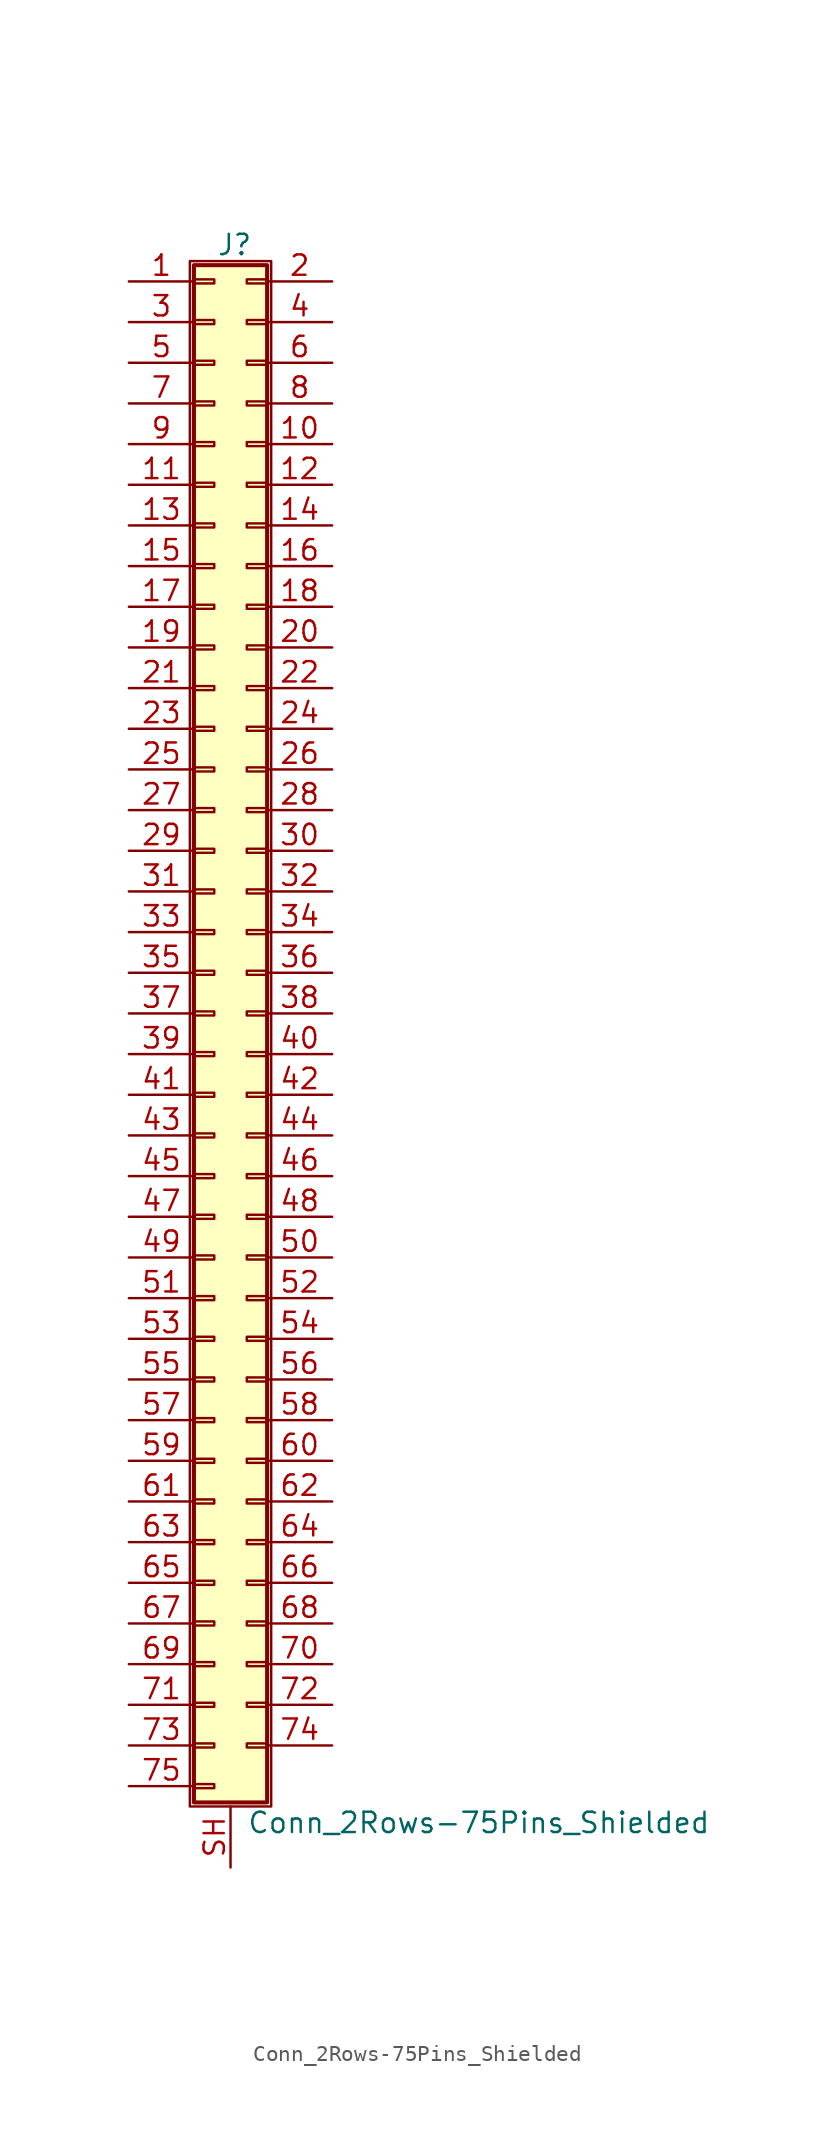
<source format=kicad_sym>
(kicad_symbol_lib
  (version 20201005)
  (generator kicad_symbol_editor)
  (symbol "Conn_2Rows-75Pins_Shielded"
    (pin_names
      (offset 1.016) hide)
    (property "Reference" "J"
      (at 1.524 48.006 0)
      (effects (font (size 1.27 1.27))))
    (property "Value" "Conn_2Rows-75Pins_Shielded"
      (at 2.286 -50.546 0)
      (effects (font (size 1.27 1.27)) (justify left)))
    (symbol "Conn_2Rows-75Pins_Shielded_1_1"
      (rectangle (start -1.27 46.99) (end 3.81 -49.53) (stroke (width 0.152)) (fill (type none)))
      (rectangle (start -1.016 -48.133) (end 0.254 -48.387) (stroke (width 0.152)) (fill (type none)))
      (rectangle (start -1.016 -45.593) (end 0.254 -45.847) (stroke (width 0.152)) (fill (type none)))
      (rectangle (start -1.016 -43.053) (end 0.254 -43.307) (stroke (width 0.152)) (fill (type none)))
      (rectangle (start -1.016 -40.513) (end 0.254 -40.767) (stroke (width 0.152)) (fill (type none)))
      (rectangle (start -1.016 -37.973) (end 0.254 -38.227) (stroke (width 0.152)) (fill (type none)))
      (rectangle (start -1.016 -35.433) (end 0.254 -35.687) (stroke (width 0.152)) (fill (type none)))
      (rectangle (start -1.016 -32.893) (end 0.254 -33.147) (stroke (width 0.152)) (fill (type none)))
      (rectangle (start -1.016 -30.353) (end 0.254 -30.607) (stroke (width 0.152)) (fill (type none)))
      (rectangle (start -1.016 -27.813) (end 0.254 -28.067) (stroke (width 0.152)) (fill (type none)))
      (rectangle (start -1.016 -25.273) (end 0.254 -25.527) (stroke (width 0.152)) (fill (type none)))
      (rectangle (start -1.016 -22.733) (end 0.254 -22.987) (stroke (width 0.152)) (fill (type none)))
      (rectangle (start -1.016 -20.193) (end 0.254 -20.447) (stroke (width 0.152)) (fill (type none)))
      (rectangle (start -1.016 -17.653) (end 0.254 -17.907) (stroke (width 0.152)) (fill (type none)))
      (rectangle (start -1.016 -15.113) (end 0.254 -15.367) (stroke (width 0.152)) (fill (type none)))
      (rectangle (start -1.016 -12.573) (end 0.254 -12.827) (stroke (width 0.152)) (fill (type none)))
      (rectangle (start -1.016 -10.033) (end 0.254 -10.287) (stroke (width 0.152)) (fill (type none)))
      (rectangle (start -1.016 -7.493) (end 0.254 -7.747) (stroke (width 0.152)) (fill (type none)))
      (rectangle (start -1.016 -4.953) (end 0.254 -5.207) (stroke (width 0.152)) (fill (type none)))
      (rectangle (start -1.016 -2.413) (end 0.254 -2.667) (stroke (width 0.152)) (fill (type none)))
      (rectangle (start -1.016 0.127) (end 0.254 -0.127) (stroke (width 0.152)) (fill (type none)))
      (rectangle (start -1.016 2.667) (end 0.254 2.413) (stroke (width 0.152)) (fill (type none)))
      (rectangle (start -1.016 5.207) (end 0.254 4.953) (stroke (width 0.152)) (fill (type none)))
      (rectangle (start -1.016 7.747) (end 0.254 7.493) (stroke (width 0.152)) (fill (type none)))
      (rectangle (start -1.016 10.287) (end 0.254 10.033) (stroke (width 0.152)) (fill (type none)))
      (rectangle (start -1.016 12.827) (end 0.254 12.573) (stroke (width 0.152)) (fill (type none)))
      (rectangle (start -1.016 15.367) (end 0.254 15.113) (stroke (width 0.152)) (fill (type none)))
      (rectangle (start -1.016 17.907) (end 0.254 17.653) (stroke (width 0.152)) (fill (type none)))
      (rectangle (start -1.016 20.447) (end 0.254 20.193) (stroke (width 0.152)) (fill (type none)))
      (rectangle (start -1.016 22.987) (end 0.254 22.733) (stroke (width 0.152)) (fill (type none)))
      (rectangle (start -1.016 25.527) (end 0.254 25.273) (stroke (width 0.152)) (fill (type none)))
      (rectangle (start -1.016 28.067) (end 0.254 27.813) (stroke (width 0.152)) (fill (type none)))
      (rectangle (start -1.016 30.607) (end 0.254 30.353) (stroke (width 0.152)) (fill (type none)))
      (rectangle (start -1.016 33.147) (end 0.254 32.893) (stroke (width 0.152)) (fill (type none)))
      (rectangle (start -1.016 35.687) (end 0.254 35.433) (stroke (width 0.152)) (fill (type none)))
      (rectangle (start -1.016 38.227) (end 0.254 37.973) (stroke (width 0.152)) (fill (type none)))
      (rectangle (start -1.016 40.767) (end 0.254 40.513) (stroke (width 0.152)) (fill (type none)))
      (rectangle (start -1.016 43.307) (end 0.254 43.053) (stroke (width 0.152)) (fill (type none)))
      (rectangle (start -1.016 45.847) (end 0.254 45.593) (stroke (width 0.152)) (fill (type none)))
      (rectangle (start 3.556 -45.593) (end 2.286 -45.847) (stroke (width 0.152)) (fill (type none)))
      (rectangle (start 3.556 -43.053) (end 2.286 -43.307) (stroke (width 0.152)) (fill (type none)))
      (rectangle (start 3.556 -40.513) (end 2.286 -40.767) (stroke (width 0.152)) (fill (type none)))
      (rectangle (start 3.556 -37.973) (end 2.286 -38.227) (stroke (width 0.152)) (fill (type none)))
      (rectangle (start 3.556 -35.433) (end 2.286 -35.687) (stroke (width 0.152)) (fill (type none)))
      (rectangle (start 3.556 -32.893) (end 2.286 -33.147) (stroke (width 0.152)) (fill (type none)))
      (rectangle (start 3.556 -30.353) (end 2.286 -30.607) (stroke (width 0.152)) (fill (type none)))
      (rectangle (start 3.556 -27.813) (end 2.286 -28.067) (stroke (width 0.152)) (fill (type none)))
      (rectangle (start 3.556 -25.273) (end 2.286 -25.527) (stroke (width 0.152)) (fill (type none)))
      (rectangle (start 3.556 -22.733) (end 2.286 -22.987) (stroke (width 0.152)) (fill (type none)))
      (rectangle (start 3.556 -20.193) (end 2.286 -20.447) (stroke (width 0.152)) (fill (type none)))
      (rectangle (start 3.556 -17.653) (end 2.286 -17.907) (stroke (width 0.152)) (fill (type none)))
      (rectangle (start 3.556 -15.113) (end 2.286 -15.367) (stroke (width 0.152)) (fill (type none)))
      (rectangle (start 3.556 -12.573) (end 2.286 -12.827) (stroke (width 0.152)) (fill (type none)))
      (rectangle (start 3.556 -10.033) (end 2.286 -10.287) (stroke (width 0.152)) (fill (type none)))
      (rectangle (start 3.556 -7.493) (end 2.286 -7.747) (stroke (width 0.152)) (fill (type none)))
      (rectangle (start 3.556 -4.953) (end 2.286 -5.207) (stroke (width 0.152)) (fill (type none)))
      (rectangle (start 3.556 -2.413) (end 2.286 -2.667) (stroke (width 0.152)) (fill (type none)))
      (rectangle (start 3.556 0.127) (end 2.286 -0.127) (stroke (width 0.152)) (fill (type none)))
      (rectangle (start 3.556 2.667) (end 2.286 2.413) (stroke (width 0.152)) (fill (type none)))
      (rectangle (start 3.556 5.207) (end 2.286 4.953) (stroke (width 0.152)) (fill (type none)))
      (rectangle (start 3.556 7.747) (end 2.286 7.493) (stroke (width 0.152)) (fill (type none)))
      (rectangle (start 3.556 10.287) (end 2.286 10.033) (stroke (width 0.152)) (fill (type none)))
      (rectangle (start 3.556 12.827) (end 2.286 12.573) (stroke (width 0.152)) (fill (type none)))
      (rectangle (start 3.556 15.367) (end 2.286 15.113) (stroke (width 0.152)) (fill (type none)))
      (rectangle (start 3.556 17.907) (end 2.286 17.653) (stroke (width 0.152)) (fill (type none)))
      (rectangle (start 3.556 20.447) (end 2.286 20.193) (stroke (width 0.152)) (fill (type none)))
      (rectangle (start 3.556 22.987) (end 2.286 22.733) (stroke (width 0.152)) (fill (type none)))
      (rectangle (start 3.556 25.527) (end 2.286 25.273) (stroke (width 0.152)) (fill (type none)))
      (rectangle (start 3.556 28.067) (end 2.286 27.813) (stroke (width 0.152)) (fill (type none)))
      (rectangle (start 3.556 30.607) (end 2.286 30.353) (stroke (width 0.152)) (fill (type none)))
      (rectangle (start 3.556 33.147) (end 2.286 32.893) (stroke (width 0.152)) (fill (type none)))
      (rectangle (start 3.556 35.687) (end 2.286 35.433) (stroke (width 0.152)) (fill (type none)))
      (rectangle (start 3.556 38.227) (end 2.286 37.973) (stroke (width 0.152)) (fill (type none)))
      (rectangle (start 3.556 40.767) (end 2.286 40.513) (stroke (width 0.152)) (fill (type none)))
      (rectangle (start 3.556 43.307) (end 2.286 43.053) (stroke (width 0.152)) (fill (type none)))
      (rectangle (start 3.556 45.847) (end 2.286 45.593) (stroke (width 0.152)) (fill (type none)))
      (rectangle (start -1.016 46.736) (end 3.556 -49.276) (stroke (width 0.254)) (fill (type background)))
      (pin passive line (at -5.08 45.72 0) (length 4.064) (name "Pin_1" (effects (font (size 1.27 1.27)))) (number "1" (effects (font (size 1.27 1.27)))))
      (pin passive line (at 7.62 35.56 180) (length 4.064) (name "Pin_10" (effects (font (size 1.27 1.27)))) (number "10" (effects (font (size 1.27 1.27)))))
      (pin passive line (at -5.08 33.02 0) (length 4.064) (name "Pin_11" (effects (font (size 1.27 1.27)))) (number "11" (effects (font (size 1.27 1.27)))))
      (pin passive line (at 7.62 33.02 180) (length 4.064) (name "Pin_12" (effects (font (size 1.27 1.27)))) (number "12" (effects (font (size 1.27 1.27)))))
      (pin passive line (at -5.08 30.48 0) (length 4.064) (name "Pin_13" (effects (font (size 1.27 1.27)))) (number "13" (effects (font (size 1.27 1.27)))))
      (pin passive line (at 7.62 30.48 180) (length 4.064) (name "Pin_14" (effects (font (size 1.27 1.27)))) (number "14" (effects (font (size 1.27 1.27)))))
      (pin passive line (at -5.08 27.94 0) (length 4.064) (name "Pin_15" (effects (font (size 1.27 1.27)))) (number "15" (effects (font (size 1.27 1.27)))))
      (pin passive line (at 7.62 27.94 180) (length 4.064) (name "Pin_16" (effects (font (size 1.27 1.27)))) (number "16" (effects (font (size 1.27 1.27)))))
      (pin passive line (at -5.08 25.4 0) (length 4.064) (name "Pin_17" (effects (font (size 1.27 1.27)))) (number "17" (effects (font (size 1.27 1.27)))))
      (pin passive line (at 7.62 25.4 180) (length 4.064) (name "Pin_18" (effects (font (size 1.27 1.27)))) (number "18" (effects (font (size 1.27 1.27)))))
      (pin passive line (at -5.08 22.86 0) (length 4.064) (name "Pin_19" (effects (font (size 1.27 1.27)))) (number "19" (effects (font (size 1.27 1.27)))))
      (pin passive line (at 7.62 45.72 180) (length 4.064) (name "Pin_2" (effects (font (size 1.27 1.27)))) (number "2" (effects (font (size 1.27 1.27)))))
      (pin passive line (at 7.62 22.86 180) (length 4.064) (name "Pin_20" (effects (font (size 1.27 1.27)))) (number "20" (effects (font (size 1.27 1.27)))))
      (pin passive line (at -5.08 20.32 0) (length 4.064) (name "Pin_21" (effects (font (size 1.27 1.27)))) (number "21" (effects (font (size 1.27 1.27)))))
      (pin passive line (at 7.62 20.32 180) (length 4.064) (name "Pin_22" (effects (font (size 1.27 1.27)))) (number "22" (effects (font (size 1.27 1.27)))))
      (pin passive line (at -5.08 17.78 0) (length 4.064) (name "Pin_23" (effects (font (size 1.27 1.27)))) (number "23" (effects (font (size 1.27 1.27)))))
      (pin passive line (at 7.62 17.78 180) (length 4.064) (name "Pin_24" (effects (font (size 1.27 1.27)))) (number "24" (effects (font (size 1.27 1.27)))))
      (pin passive line (at -5.08 15.24 0) (length 4.064) (name "Pin_25" (effects (font (size 1.27 1.27)))) (number "25" (effects (font (size 1.27 1.27)))))
      (pin passive line (at 7.62 15.24 180) (length 4.064) (name "Pin_26" (effects (font (size 1.27 1.27)))) (number "26" (effects (font (size 1.27 1.27)))))
      (pin passive line (at -5.08 12.7 0) (length 4.064) (name "Pin_27" (effects (font (size 1.27 1.27)))) (number "27" (effects (font (size 1.27 1.27)))))
      (pin passive line (at 7.62 12.7 180) (length 4.064) (name "Pin_28" (effects (font (size 1.27 1.27)))) (number "28" (effects (font (size 1.27 1.27)))))
      (pin passive line (at -5.08 10.16 0) (length 4.064) (name "Pin_29" (effects (font (size 1.27 1.27)))) (number "29" (effects (font (size 1.27 1.27)))))
      (pin passive line (at -5.08 43.18 0) (length 4.064) (name "Pin_3" (effects (font (size 1.27 1.27)))) (number "3" (effects (font (size 1.27 1.27)))))
      (pin passive line (at 7.62 10.16 180) (length 4.064) (name "Pin_30" (effects (font (size 1.27 1.27)))) (number "30" (effects (font (size 1.27 1.27)))))
      (pin passive line (at -5.08 7.62 0) (length 4.064) (name "Pin_31" (effects (font (size 1.27 1.27)))) (number "31" (effects (font (size 1.27 1.27)))))
      (pin passive line (at 7.62 7.62 180) (length 4.064) (name "Pin_32" (effects (font (size 1.27 1.27)))) (number "32" (effects (font (size 1.27 1.27)))))
      (pin passive line (at -5.08 5.08 0) (length 4.064) (name "Pin_33" (effects (font (size 1.27 1.27)))) (number "33" (effects (font (size 1.27 1.27)))))
      (pin passive line (at 7.62 5.08 180) (length 4.064) (name "Pin_34" (effects (font (size 1.27 1.27)))) (number "34" (effects (font (size 1.27 1.27)))))
      (pin passive line (at -5.08 2.54 0) (length 4.064) (name "Pin_35" (effects (font (size 1.27 1.27)))) (number "35" (effects (font (size 1.27 1.27)))))
      (pin passive line (at 7.62 2.54 180) (length 4.064) (name "Pin_36" (effects (font (size 1.27 1.27)))) (number "36" (effects (font (size 1.27 1.27)))))
      (pin passive line (at -5.08 0 0) (length 4.064) (name "Pin_37" (effects (font (size 1.27 1.27)))) (number "37" (effects (font (size 1.27 1.27)))))
      (pin passive line (at 7.62 0 180) (length 4.064) (name "Pin_38" (effects (font (size 1.27 1.27)))) (number "38" (effects (font (size 1.27 1.27)))))
      (pin passive line (at -5.08 -2.54 0) (length 4.064) (name "Pin_39" (effects (font (size 1.27 1.27)))) (number "39" (effects (font (size 1.27 1.27)))))
      (pin passive line (at 7.62 43.18 180) (length 4.064) (name "Pin_4" (effects (font (size 1.27 1.27)))) (number "4" (effects (font (size 1.27 1.27)))))
      (pin passive line (at 7.62 -2.54 180) (length 4.064) (name "Pin_40" (effects (font (size 1.27 1.27)))) (number "40" (effects (font (size 1.27 1.27)))))
      (pin passive line (at -5.08 -5.08 0) (length 4.064) (name "Pin_41" (effects (font (size 1.27 1.27)))) (number "41" (effects (font (size 1.27 1.27)))))
      (pin passive line (at 7.62 -5.08 180) (length 4.064) (name "Pin_42" (effects (font (size 1.27 1.27)))) (number "42" (effects (font (size 1.27 1.27)))))
      (pin passive line (at -5.08 -7.62 0) (length 4.064) (name "Pin_43" (effects (font (size 1.27 1.27)))) (number "43" (effects (font (size 1.27 1.27)))))
      (pin passive line (at 7.62 -7.62 180) (length 4.064) (name "Pin_44" (effects (font (size 1.27 1.27)))) (number "44" (effects (font (size 1.27 1.27)))))
      (pin passive line (at -5.08 -10.16 0) (length 4.064) (name "Pin_45" (effects (font (size 1.27 1.27)))) (number "45" (effects (font (size 1.27 1.27)))))
      (pin passive line (at 7.62 -10.16 180) (length 4.064) (name "Pin_46" (effects (font (size 1.27 1.27)))) (number "46" (effects (font (size 1.27 1.27)))))
      (pin passive line (at -5.08 -12.7 0) (length 4.064) (name "Pin_47" (effects (font (size 1.27 1.27)))) (number "47" (effects (font (size 1.27 1.27)))))
      (pin passive line (at 7.62 -12.7 180) (length 4.064) (name "Pin_48" (effects (font (size 1.27 1.27)))) (number "48" (effects (font (size 1.27 1.27)))))
      (pin passive line (at -5.08 -15.24 0) (length 4.064) (name "Pin_49" (effects (font (size 1.27 1.27)))) (number "49" (effects (font (size 1.27 1.27)))))
      (pin passive line (at -5.08 40.64 0) (length 4.064) (name "Pin_5" (effects (font (size 1.27 1.27)))) (number "5" (effects (font (size 1.27 1.27)))))
      (pin passive line (at 7.62 -15.24 180) (length 4.064) (name "Pin_50" (effects (font (size 1.27 1.27)))) (number "50" (effects (font (size 1.27 1.27)))))
      (pin passive line (at -5.08 -17.78 0) (length 4.064) (name "Pin_51" (effects (font (size 1.27 1.27)))) (number "51" (effects (font (size 1.27 1.27)))))
      (pin passive line (at 7.62 -17.78 180) (length 4.064) (name "Pin_52" (effects (font (size 1.27 1.27)))) (number "52" (effects (font (size 1.27 1.27)))))
      (pin passive line (at -5.08 -20.32 0) (length 4.064) (name "Pin_53" (effects (font (size 1.27 1.27)))) (number "53" (effects (font (size 1.27 1.27)))))
      (pin passive line (at 7.62 -20.32 180) (length 4.064) (name "Pin_54" (effects (font (size 1.27 1.27)))) (number "54" (effects (font (size 1.27 1.27)))))
      (pin passive line (at -5.08 -22.86 0) (length 4.064) (name "Pin_55" (effects (font (size 1.27 1.27)))) (number "55" (effects (font (size 1.27 1.27)))))
      (pin passive line (at 7.62 -22.86 180) (length 4.064) (name "Pin_56" (effects (font (size 1.27 1.27)))) (number "56" (effects (font (size 1.27 1.27)))))
      (pin passive line (at -5.08 -25.4 0) (length 4.064) (name "Pin_57" (effects (font (size 1.27 1.27)))) (number "57" (effects (font (size 1.27 1.27)))))
      (pin passive line (at 7.62 -25.4 180) (length 4.064) (name "Pin_58" (effects (font (size 1.27 1.27)))) (number "58" (effects (font (size 1.27 1.27)))))
      (pin passive line (at -5.08 -27.94 0) (length 4.064) (name "Pin_59" (effects (font (size 1.27 1.27)))) (number "59" (effects (font (size 1.27 1.27)))))
      (pin passive line (at 7.62 40.64 180) (length 4.064) (name "Pin_6" (effects (font (size 1.27 1.27)))) (number "6" (effects (font (size 1.27 1.27)))))
      (pin passive line (at 7.62 -27.94 180) (length 4.064) (name "Pin_60" (effects (font (size 1.27 1.27)))) (number "60" (effects (font (size 1.27 1.27)))))
      (pin passive line (at -5.08 -30.48 0) (length 4.064) (name "Pin_61" (effects (font (size 1.27 1.27)))) (number "61" (effects (font (size 1.27 1.27)))))
      (pin passive line (at 7.62 -30.48 180) (length 4.064) (name "Pin_62" (effects (font (size 1.27 1.27)))) (number "62" (effects (font (size 1.27 1.27)))))
      (pin passive line (at -5.08 -33.02 0) (length 4.064) (name "Pin_63" (effects (font (size 1.27 1.27)))) (number "63" (effects (font (size 1.27 1.27)))))
      (pin passive line (at 7.62 -33.02 180) (length 4.064) (name "Pin_64" (effects (font (size 1.27 1.27)))) (number "64" (effects (font (size 1.27 1.27)))))
      (pin passive line (at -5.08 -35.56 0) (length 4.064) (name "Pin_65" (effects (font (size 1.27 1.27)))) (number "65" (effects (font (size 1.27 1.27)))))
      (pin passive line (at 7.62 -35.56 180) (length 4.064) (name "Pin_66" (effects (font (size 1.27 1.27)))) (number "66" (effects (font (size 1.27 1.27)))))
      (pin passive line (at -5.08 -38.1 0) (length 4.064) (name "Pin_67" (effects (font (size 1.27 1.27)))) (number "67" (effects (font (size 1.27 1.27)))))
      (pin passive line (at 7.62 -38.1 180) (length 4.064) (name "Pin_68" (effects (font (size 1.27 1.27)))) (number "68" (effects (font (size 1.27 1.27)))))
      (pin passive line (at -5.08 -40.64 0) (length 4.064) (name "Pin_69" (effects (font (size 1.27 1.27)))) (number "69" (effects (font (size 1.27 1.27)))))
      (pin passive line (at -5.08 38.1 0) (length 4.064) (name "Pin_7" (effects (font (size 1.27 1.27)))) (number "7" (effects (font (size 1.27 1.27)))))
      (pin passive line (at 7.62 -40.64 180) (length 4.064) (name "Pin_70" (effects (font (size 1.27 1.27)))) (number "70" (effects (font (size 1.27 1.27)))))
      (pin passive line (at -5.08 -43.18 0) (length 4.064) (name "Pin_71" (effects (font (size 1.27 1.27)))) (number "71" (effects (font (size 1.27 1.27)))))
      (pin passive line (at 7.62 -43.18 180) (length 4.064) (name "Pin_72" (effects (font (size 1.27 1.27)))) (number "72" (effects (font (size 1.27 1.27)))))
      (pin passive line (at -5.08 -45.72 0) (length 4.064) (name "Pin_73" (effects (font (size 1.27 1.27)))) (number "73" (effects (font (size 1.27 1.27)))))
      (pin passive line (at 7.62 -45.72 180) (length 4.064) (name "Pin_74" (effects (font (size 1.27 1.27)))) (number "74" (effects (font (size 1.27 1.27)))))
      (pin passive line (at -5.08 -48.26 0) (length 4.064) (name "Pin_75" (effects (font (size 1.27 1.27)))) (number "75" (effects (font (size 1.27 1.27)))))
      (pin passive line (at 7.62 38.1 180) (length 4.064) (name "Pin_8" (effects (font (size 1.27 1.27)))) (number "8" (effects (font (size 1.27 1.27)))))
      (pin passive line (at -5.08 35.56 0) (length 4.064) (name "Pin_9" (effects (font (size 1.27 1.27)))) (number "9" (effects (font (size 1.27 1.27)))))
      (pin passive line (at 1.27 -53.34 90) (length 3.81) (name "Shield" (effects (font (size 1.27 1.27)))) (number "SH" (effects (font (size 1.27 1.27))))))))
</source>
